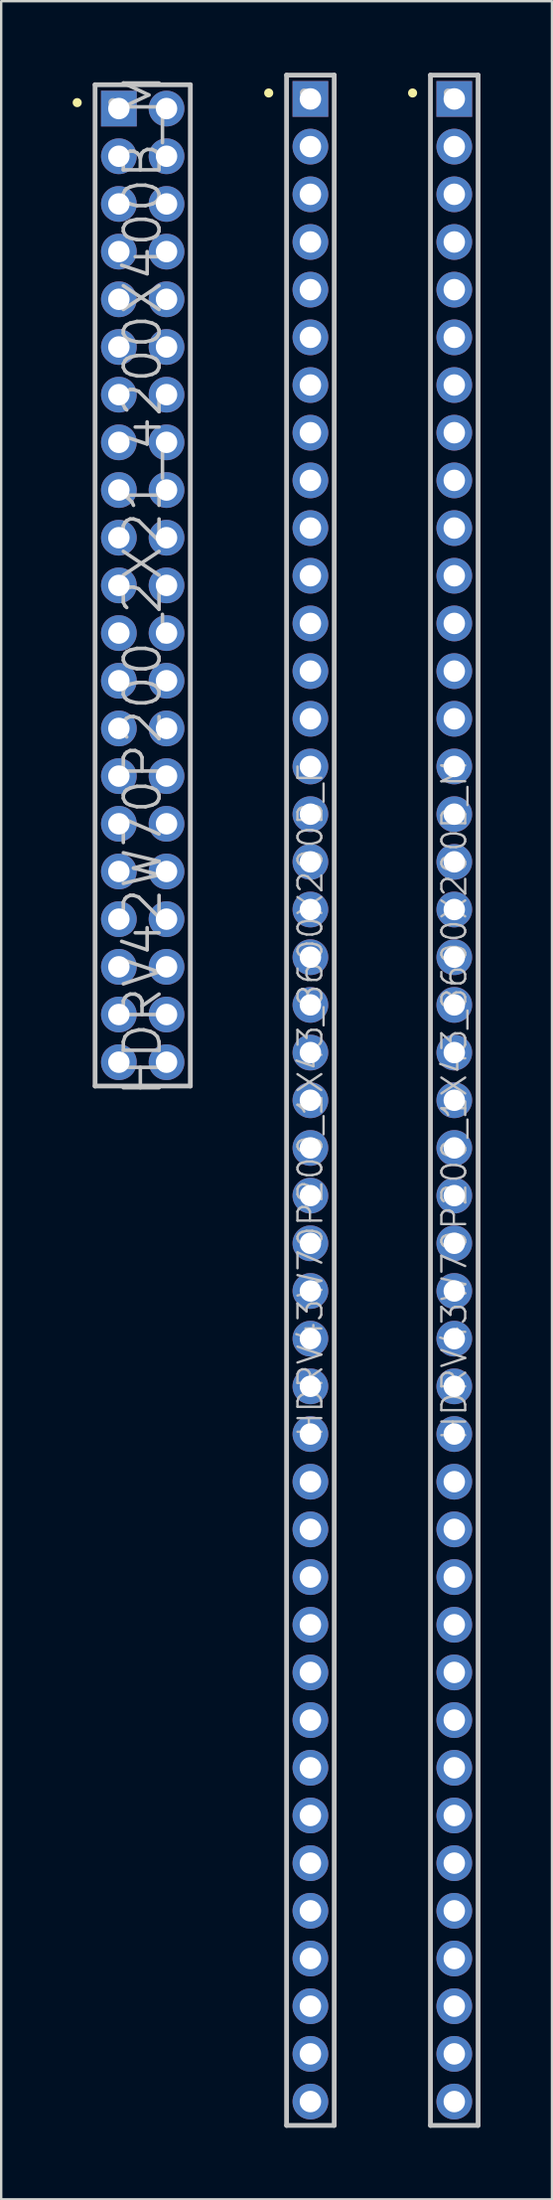
<source format=kicad_pcb>
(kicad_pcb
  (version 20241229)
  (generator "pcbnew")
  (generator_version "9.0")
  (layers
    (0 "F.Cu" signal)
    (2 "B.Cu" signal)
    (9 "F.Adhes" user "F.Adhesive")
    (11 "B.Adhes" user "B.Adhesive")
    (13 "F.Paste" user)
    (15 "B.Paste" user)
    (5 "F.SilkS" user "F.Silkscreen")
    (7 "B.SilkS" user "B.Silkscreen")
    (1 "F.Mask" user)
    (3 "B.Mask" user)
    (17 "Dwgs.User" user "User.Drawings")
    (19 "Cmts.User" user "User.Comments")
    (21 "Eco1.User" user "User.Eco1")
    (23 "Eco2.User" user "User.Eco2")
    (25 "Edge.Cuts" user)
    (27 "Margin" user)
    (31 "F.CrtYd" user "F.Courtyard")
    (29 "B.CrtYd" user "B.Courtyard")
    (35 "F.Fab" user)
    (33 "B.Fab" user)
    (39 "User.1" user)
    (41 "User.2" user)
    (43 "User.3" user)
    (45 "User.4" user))
  (footprint "HDRV43W70P200_1X43_8600X200B_M"
    (layer "F.Cu")
    (at 16.021 43.1)
    (property "Reference" "HDRV43W70P200_1X43_8600X200B_M" (at 0 0 90) (layer "Dwgs.User") (effects (font (size 1 1) (thickness 0.1))))
    (attr through_hole)
    (fp_line (start -1.75 -42.25) (end -1.75 -42.25) (stroke (width 0.381) (type solid)) (layer "F.SilkS"))
    (fp_line (start -1 -43) (end -1 43) (stroke (width 0.2) (type solid)) (layer "Dwgs.User"))
    (fp_line (start -1 -43) (end 1 -43) (stroke (width 0.2) (type solid)) (layer "Dwgs.User"))
    (fp_line (start -1 43) (end 1 43) (stroke (width 0.2) (type solid)) (layer "Dwgs.User"))
    (fp_line (start -0.25 -42.25) (end -0.25 -42.25) (stroke (width 0.381) (type solid)) (layer "Dwgs.User"))
    (fp_line (start 1 -43) (end 1 43) (stroke (width 0.2) (type solid)) (layer "Dwgs.User"))
    (pad "1" thru_hole rect (at 0 -42) (size 1.5 1.5) (drill 0.9) (layers "*.Cu" "*.Mask"))
    (pad "2" thru_hole circle (at 0 -40 270) (size 1.5 1.5) (drill 0.9) (layers "*.Cu" "*.Mask"))
    (pad "3" thru_hole circle (at 0 -38 270) (size 1.5 1.5) (drill 0.9) (layers "*.Cu" "*.Mask"))
    (pad "4" thru_hole circle (at 0 -36 270) (size 1.5 1.5) (drill 0.9) (layers "*.Cu" "*.Mask"))
    (pad "5" thru_hole circle (at 0 -34 270) (size 1.5 1.5) (drill 0.9) (layers "*.Cu" "*.Mask"))
    (pad "6" thru_hole circle (at 0 -32 270) (size 1.5 1.5) (drill 0.9) (layers "*.Cu" "*.Mask"))
    (pad "7" thru_hole circle (at 0 -30 270) (size 1.5 1.5) (drill 0.9) (layers "*.Cu" "*.Mask"))
    (pad "8" thru_hole circle (at 0 -28 270) (size 1.5 1.5) (drill 0.9) (layers "*.Cu" "*.Mask"))
    (pad "9" thru_hole circle (at 0 -26 270) (size 1.5 1.5) (drill 0.9) (layers "*.Cu" "*.Mask"))
    (pad "10" thru_hole circle (at 0 -24 270) (size 1.5 1.5) (drill 0.9) (layers "*.Cu" "*.Mask"))
    (pad "11" thru_hole circle (at 0 -22 270) (size 1.5 1.5) (drill 0.9) (layers "*.Cu" "*.Mask"))
    (pad "12" thru_hole circle (at 0 -20 270) (size 1.5 1.5) (drill 0.9) (layers "*.Cu" "*.Mask"))
    (pad "13" thru_hole circle (at 0 -18 270) (size 1.5 1.5) (drill 0.9) (layers "*.Cu" "*.Mask"))
    (pad "14" thru_hole circle (at 0 -16 270) (size 1.5 1.5) (drill 0.9) (layers "*.Cu" "*.Mask"))
    (pad "15" thru_hole circle (at 0 -14 270) (size 1.5 1.5) (drill 0.9) (layers "*.Cu" "*.Mask"))
    (pad "16" thru_hole circle (at 0 -12 270) (size 1.5 1.5) (drill 0.9) (layers "*.Cu" "*.Mask"))
    (pad "17" thru_hole circle (at 0 -10 270) (size 1.5 1.5) (drill 0.9) (layers "*.Cu" "*.Mask"))
    (pad "18" thru_hole circle (at 0 -8 270) (size 1.5 1.5) (drill 0.9) (layers "*.Cu" "*.Mask"))
    (pad "19" thru_hole circle (at 0 -6 270) (size 1.5 1.5) (drill 0.9) (layers "*.Cu" "*.Mask"))
    (pad "20" thru_hole circle (at 0 -4 270) (size 1.5 1.5) (drill 0.9) (layers "*.Cu" "*.Mask"))
    (pad "21" thru_hole circle (at 0 -2 270) (size 1.5 1.5) (drill 0.9) (layers "*.Cu" "*.Mask"))
    (pad "22" thru_hole circle (at 0 0 270) (size 1.5 1.5) (drill 0.9) (layers "*.Cu" "*.Mask"))
    (pad "23" thru_hole circle (at 0 2 270) (size 1.5 1.5) (drill 0.9) (layers "*.Cu" "*.Mask"))
    (pad "24" thru_hole circle (at 0 4 270) (size 1.5 1.5) (drill 0.9) (layers "*.Cu" "*.Mask"))
    (pad "25" thru_hole circle (at 0 6 270) (size 1.5 1.5) (drill 0.9) (layers "*.Cu" "*.Mask"))
    (pad "26" thru_hole circle (at 0 8 270) (size 1.5 1.5) (drill 0.9) (layers "*.Cu" "*.Mask"))
    (pad "27" thru_hole circle (at 0 10 270) (size 1.5 1.5) (drill 0.9) (layers "*.Cu" "*.Mask"))
    (pad "28" thru_hole circle (at 0 12 270) (size 1.5 1.5) (drill 0.9) (layers "*.Cu" "*.Mask"))
    (pad "29" thru_hole circle (at 0 14 270) (size 1.5 1.5) (drill 0.9) (layers "*.Cu" "*.Mask"))
    (pad "30" thru_hole circle (at 0 16 270) (size 1.5 1.5) (drill 0.9) (layers "*.Cu" "*.Mask"))
    (pad "31" thru_hole circle (at 0 18 270) (size 1.5 1.5) (drill 0.9) (layers "*.Cu" "*.Mask"))
    (pad "32" thru_hole circle (at 0 20 270) (size 1.5 1.5) (drill 0.9) (layers "*.Cu" "*.Mask"))
    (pad "33" thru_hole circle (at 0 22 270) (size 1.5 1.5) (drill 0.9) (layers "*.Cu" "*.Mask"))
    (pad "34" thru_hole circle (at 0 24 270) (size 1.5 1.5) (drill 0.9) (layers "*.Cu" "*.Mask"))
    (pad "35" thru_hole circle (at 0 26 270) (size 1.5 1.5) (drill 0.9) (layers "*.Cu" "*.Mask"))
    (pad "36" thru_hole circle (at 0 28 270) (size 1.5 1.5) (drill 0.9) (layers "*.Cu" "*.Mask"))
    (pad "37" thru_hole circle (at 0 30 270) (size 1.5 1.5) (drill 0.9) (layers "*.Cu" "*.Mask"))
    (pad "38" thru_hole circle (at 0 32 270) (size 1.5 1.5) (drill 0.9) (layers "*.Cu" "*.Mask"))
    (pad "39" thru_hole circle (at 0 34 270) (size 1.5 1.5) (drill 0.9) (layers "*.Cu" "*.Mask"))
    (pad "40" thru_hole circle (at 0 36 270) (size 1.5 1.5) (drill 0.9) (layers "*.Cu" "*.Mask"))
    (pad "41" thru_hole circle (at 0 38 270) (size 1.5 1.5) (drill 0.9) (layers "*.Cu" "*.Mask"))
    (pad "42" thru_hole circle (at 0 40 270) (size 1.5 1.5) (drill 0.9) (layers "*.Cu" "*.Mask"))
    (pad "43" thru_hole circle (at 0 42 270) (size 1.5 1.5) (drill 0.9) (layers "*.Cu" "*.Mask")))
  (footprint "HDRV42W70P200_2X21_4200X400B_M"
    (layer "F.Cu")
    (at 2.941 21.504)
    (property "Reference" "HDRV42W70P200_2X21_4200X400B_M" (at 0 0 90) (layer "Dwgs.User") (effects (font (size 1.5 1.5) (thickness 0.15))))
    (attr through_hole)
    (fp_line (start -2.75 -20.25) (end -2.75 -20.25) (stroke (width 0.381) (type solid)) (layer "F.SilkS"))
    (fp_line (start -2 -21) (end -2 21) (stroke (width 0.2) (type solid)) (layer "Dwgs.User"))
    (fp_line (start -2 -21) (end 2 -21) (stroke (width 0.2) (type solid)) (layer "Dwgs.User"))
    (fp_line (start -2 21) (end 2 21) (stroke (width 0.2) (type solid)) (layer "Dwgs.User"))
    (fp_line (start -1.25 -20.25) (end -1.25 -20.25) (stroke (width 0.381) (type solid)) (layer "Dwgs.User"))
    (fp_line (start 2 -21) (end 2 21) (stroke (width 0.2) (type solid)) (layer "Dwgs.User"))
    (pad "1" thru_hole rect (at -1 -20) (size 1.5 1.5) (drill 0.9) (layers "*.Cu" "*.Mask"))
    (pad "2" thru_hole circle (at 1 -20 270) (size 1.5 1.5) (drill 0.9) (layers "*.Cu" "*.Mask"))
    (pad "3" thru_hole circle (at -1 -18 270) (size 1.5 1.5) (drill 0.9) (layers "*.Cu" "*.Mask"))
    (pad "4" thru_hole circle (at 1 -18 270) (size 1.5 1.5) (drill 0.9) (layers "*.Cu" "*.Mask"))
    (pad "5" thru_hole circle (at -1 -16 270) (size 1.5 1.5) (drill 0.9) (layers "*.Cu" "*.Mask"))
    (pad "6" thru_hole circle (at 1 -16 270) (size 1.5 1.5) (drill 0.9) (layers "*.Cu" "*.Mask"))
    (pad "7" thru_hole circle (at -1 -14 270) (size 1.5 1.5) (drill 0.9) (layers "*.Cu" "*.Mask"))
    (pad "8" thru_hole circle (at 1 -14 270) (size 1.5 1.5) (drill 0.9) (layers "*.Cu" "*.Mask"))
    (pad "9" thru_hole circle (at -1 -12 270) (size 1.5 1.5) (drill 0.9) (layers "*.Cu" "*.Mask"))
    (pad "10" thru_hole circle (at 1 -12 270) (size 1.5 1.5) (drill 0.9) (layers "*.Cu" "*.Mask"))
    (pad "11" thru_hole circle (at -1 -10 270) (size 1.5 1.5) (drill 0.9) (layers "*.Cu" "*.Mask"))
    (pad "12" thru_hole circle (at 1 -10 270) (size 1.5 1.5) (drill 0.9) (layers "*.Cu" "*.Mask"))
    (pad "13" thru_hole circle (at -1 -8 270) (size 1.5 1.5) (drill 0.9) (layers "*.Cu" "*.Mask"))
    (pad "14" thru_hole circle (at 1 -8 270) (size 1.5 1.5) (drill 0.9) (layers "*.Cu" "*.Mask"))
    (pad "15" thru_hole circle (at -1 -6 270) (size 1.5 1.5) (drill 0.9) (layers "*.Cu" "*.Mask"))
    (pad "16" thru_hole circle (at 1 -6 270) (size 1.5 1.5) (drill 0.9) (layers "*.Cu" "*.Mask"))
    (pad "17" thru_hole circle (at -1 -4 270) (size 1.5 1.5) (drill 0.9) (layers "*.Cu" "*.Mask"))
    (pad "18" thru_hole circle (at 1 -4 270) (size 1.5 1.5) (drill 0.9) (layers "*.Cu" "*.Mask"))
    (pad "19" thru_hole circle (at -1 -2 270) (size 1.5 1.5) (drill 0.9) (layers "*.Cu" "*.Mask"))
    (pad "20" thru_hole circle (at 1 -2 270) (size 1.5 1.5) (drill 0.9) (layers "*.Cu" "*.Mask"))
    (pad "21" thru_hole circle (at -1 0 270) (size 1.5 1.5) (drill 0.9) (layers "*.Cu" "*.Mask"))
    (pad "22" thru_hole circle (at 1 0 270) (size 1.5 1.5) (drill 0.9) (layers "*.Cu" "*.Mask"))
    (pad "23" thru_hole circle (at -1 2 270) (size 1.5 1.5) (drill 0.9) (layers "*.Cu" "*.Mask"))
    (pad "24" thru_hole circle (at 1 2 270) (size 1.5 1.5) (drill 0.9) (layers "*.Cu" "*.Mask"))
    (pad "25" thru_hole circle (at -1 4 270) (size 1.5 1.5) (drill 0.9) (layers "*.Cu" "*.Mask"))
    (pad "26" thru_hole circle (at 1 4 270) (size 1.5 1.5) (drill 0.9) (layers "*.Cu" "*.Mask"))
    (pad "27" thru_hole circle (at -1 6 270) (size 1.5 1.5) (drill 0.9) (layers "*.Cu" "*.Mask"))
    (pad "28" thru_hole circle (at 1 6 270) (size 1.5 1.5) (drill 0.9) (layers "*.Cu" "*.Mask"))
    (pad "29" thru_hole circle (at -1 8 270) (size 1.5 1.5) (drill 0.9) (layers "*.Cu" "*.Mask"))
    (pad "30" thru_hole circle (at 1 8 270) (size 1.5 1.5) (drill 0.9) (layers "*.Cu" "*.Mask"))
    (pad "31" thru_hole circle (at -1 10 270) (size 1.5 1.5) (drill 0.9) (layers "*.Cu" "*.Mask"))
    (pad "32" thru_hole circle (at 1 10 270) (size 1.5 1.5) (drill 0.9) (layers "*.Cu" "*.Mask"))
    (pad "33" thru_hole circle (at -1 12 270) (size 1.5 1.5) (drill 0.9) (layers "*.Cu" "*.Mask"))
    (pad "34" thru_hole circle (at 1 12 270) (size 1.5 1.5) (drill 0.9) (layers "*.Cu" "*.Mask"))
    (pad "35" thru_hole circle (at -1 14 270) (size 1.5 1.5) (drill 0.9) (layers "*.Cu" "*.Mask"))
    (pad "36" thru_hole circle (at 1 14 270) (size 1.5 1.5) (drill 0.9) (layers "*.Cu" "*.Mask"))
    (pad "37" thru_hole circle (at -1 16 270) (size 1.5 1.5) (drill 0.9) (layers "*.Cu" "*.Mask"))
    (pad "38" thru_hole circle (at 1 16 270) (size 1.5 1.5) (drill 0.9) (layers "*.Cu" "*.Mask"))
    (pad "39" thru_hole circle (at -1 18 270) (size 1.5 1.5) (drill 0.9) (layers "*.Cu" "*.Mask"))
    (pad "40" thru_hole circle (at 1 18 270) (size 1.5 1.5) (drill 0.9) (layers "*.Cu" "*.Mask"))
    (pad "41" thru_hole circle (at -1 20 270) (size 1.5 1.5) (drill 0.9) (layers "*.Cu" "*.Mask"))
    (pad "42" thru_hole circle (at 1 20 270) (size 1.5 1.5) (drill 0.9) (layers "*.Cu" "*.Mask")))
  (footprint "HDRV43W70P200_1X43_8600X200B_F"
    (layer "F.Cu")
    (at 9.981 43.1)
    (property "Reference" "HDRV43W70P200_1X43_8600X200B_F" (at 0 0 90) (layer "Dwgs.User") (effects (font (size 1 1) (thickness 0.1))))
    (attr through_hole)
    (fp_line (start -1.75 -42.25) (end -1.75 -42.25) (stroke (width 0.381) (type solid)) (layer "F.SilkS"))
    (fp_line (start -1 -43) (end -1 43) (stroke (width 0.2) (type solid)) (layer "Dwgs.User"))
    (fp_line (start -1 -43) (end 1 -43) (stroke (width 0.2) (type solid)) (layer "Dwgs.User"))
    (fp_line (start -1 43) (end 1 43) (stroke (width 0.2) (type solid)) (layer "Dwgs.User"))
    (fp_line (start -0.25 -42.25) (end -0.25 -42.25) (stroke (width 0.381) (type solid)) (layer "Dwgs.User"))
    (fp_line (start 1 -43) (end 1 43) (stroke (width 0.2) (type solid)) (layer "Dwgs.User"))
    (pad "1" thru_hole rect (at 0 -42) (size 1.5 1.5) (drill 0.9) (layers "*.Cu" "*.Mask"))
    (pad "2" thru_hole circle (at 0 -40 270) (size 1.5 1.5) (drill 0.9) (layers "*.Cu" "*.Mask"))
    (pad "3" thru_hole circle (at 0 -38 270) (size 1.5 1.5) (drill 0.9) (layers "*.Cu" "*.Mask"))
    (pad "4" thru_hole circle (at 0 -36 270) (size 1.5 1.5) (drill 0.9) (layers "*.Cu" "*.Mask"))
    (pad "5" thru_hole circle (at 0 -34 270) (size 1.5 1.5) (drill 0.9) (layers "*.Cu" "*.Mask"))
    (pad "6" thru_hole circle (at 0 -32 270) (size 1.5 1.5) (drill 0.9) (layers "*.Cu" "*.Mask"))
    (pad "7" thru_hole circle (at 0 -30 270) (size 1.5 1.5) (drill 0.9) (layers "*.Cu" "*.Mask"))
    (pad "8" thru_hole circle (at 0 -28 270) (size 1.5 1.5) (drill 0.9) (layers "*.Cu" "*.Mask"))
    (pad "9" thru_hole circle (at 0 -26 270) (size 1.5 1.5) (drill 0.9) (layers "*.Cu" "*.Mask"))
    (pad "10" thru_hole circle (at 0 -24 270) (size 1.5 1.5) (drill 0.9) (layers "*.Cu" "*.Mask"))
    (pad "11" thru_hole circle (at 0 -22 270) (size 1.5 1.5) (drill 0.9) (layers "*.Cu" "*.Mask"))
    (pad "12" thru_hole circle (at 0 -20 270) (size 1.5 1.5) (drill 0.9) (layers "*.Cu" "*.Mask"))
    (pad "13" thru_hole circle (at 0 -18 270) (size 1.5 1.5) (drill 0.9) (layers "*.Cu" "*.Mask"))
    (pad "14" thru_hole circle (at 0 -16 270) (size 1.5 1.5) (drill 0.9) (layers "*.Cu" "*.Mask"))
    (pad "15" thru_hole circle (at 0 -14 270) (size 1.5 1.5) (drill 0.9) (layers "*.Cu" "*.Mask"))
    (pad "16" thru_hole circle (at 0 -12 270) (size 1.5 1.5) (drill 0.9) (layers "*.Cu" "*.Mask"))
    (pad "17" thru_hole circle (at 0 -10 270) (size 1.5 1.5) (drill 0.9) (layers "*.Cu" "*.Mask"))
    (pad "18" thru_hole circle (at 0 -8 270) (size 1.5 1.5) (drill 0.9) (layers "*.Cu" "*.Mask"))
    (pad "19" thru_hole circle (at 0 -6 270) (size 1.5 1.5) (drill 0.9) (layers "*.Cu" "*.Mask"))
    (pad "20" thru_hole circle (at 0 -4 270) (size 1.5 1.5) (drill 0.9) (layers "*.Cu" "*.Mask"))
    (pad "21" thru_hole circle (at 0 -2 270) (size 1.5 1.5) (drill 0.9) (layers "*.Cu" "*.Mask"))
    (pad "22" thru_hole circle (at 0 0 270) (size 1.5 1.5) (drill 0.9) (layers "*.Cu" "*.Mask"))
    (pad "23" thru_hole circle (at 0 2 270) (size 1.5 1.5) (drill 0.9) (layers "*.Cu" "*.Mask"))
    (pad "24" thru_hole circle (at 0 4 270) (size 1.5 1.5) (drill 0.9) (layers "*.Cu" "*.Mask"))
    (pad "25" thru_hole circle (at 0 6 270) (size 1.5 1.5) (drill 0.9) (layers "*.Cu" "*.Mask"))
    (pad "26" thru_hole circle (at 0 8 270) (size 1.5 1.5) (drill 0.9) (layers "*.Cu" "*.Mask"))
    (pad "27" thru_hole circle (at 0 10 270) (size 1.5 1.5) (drill 0.9) (layers "*.Cu" "*.Mask"))
    (pad "28" thru_hole circle (at 0 12 270) (size 1.5 1.5) (drill 0.9) (layers "*.Cu" "*.Mask"))
    (pad "29" thru_hole circle (at 0 14 270) (size 1.5 1.5) (drill 0.9) (layers "*.Cu" "*.Mask"))
    (pad "30" thru_hole circle (at 0 16 270) (size 1.5 1.5) (drill 0.9) (layers "*.Cu" "*.Mask"))
    (pad "31" thru_hole circle (at 0 18 270) (size 1.5 1.5) (drill 0.9) (layers "*.Cu" "*.Mask"))
    (pad "32" thru_hole circle (at 0 20 270) (size 1.5 1.5) (drill 0.9) (layers "*.Cu" "*.Mask"))
    (pad "33" thru_hole circle (at 0 22 270) (size 1.5 1.5) (drill 0.9) (layers "*.Cu" "*.Mask"))
    (pad "34" thru_hole circle (at 0 24 270) (size 1.5 1.5) (drill 0.9) (layers "*.Cu" "*.Mask"))
    (pad "35" thru_hole circle (at 0 26 270) (size 1.5 1.5) (drill 0.9) (layers "*.Cu" "*.Mask"))
    (pad "36" thru_hole circle (at 0 28 270) (size 1.5 1.5) (drill 0.9) (layers "*.Cu" "*.Mask"))
    (pad "37" thru_hole circle (at 0 30 270) (size 1.5 1.5) (drill 0.9) (layers "*.Cu" "*.Mask"))
    (pad "38" thru_hole circle (at 0 32 270) (size 1.5 1.5) (drill 0.9) (layers "*.Cu" "*.Mask"))
    (pad "39" thru_hole circle (at 0 34 270) (size 1.5 1.5) (drill 0.9) (layers "*.Cu" "*.Mask"))
    (pad "40" thru_hole circle (at 0 36 270) (size 1.5 1.5) (drill 0.9) (layers "*.Cu" "*.Mask"))
    (pad "41" thru_hole circle (at 0 38 270) (size 1.5 1.5) (drill 0.9) (layers "*.Cu" "*.Mask"))
    (pad "42" thru_hole circle (at 0 40 270) (size 1.5 1.5) (drill 0.9) (layers "*.Cu" "*.Mask"))
    (pad "43" thru_hole circle (at 0 42 270) (size 1.5 1.5) (drill 0.9) (layers "*.Cu" "*.Mask")))
  (gr_rect
    (start -3 -3)
    (end 20.122 89.2)
    (stroke (width 0.1) (type default))
    (fill no)
    (layer "Edge.Cuts")))
</source>
